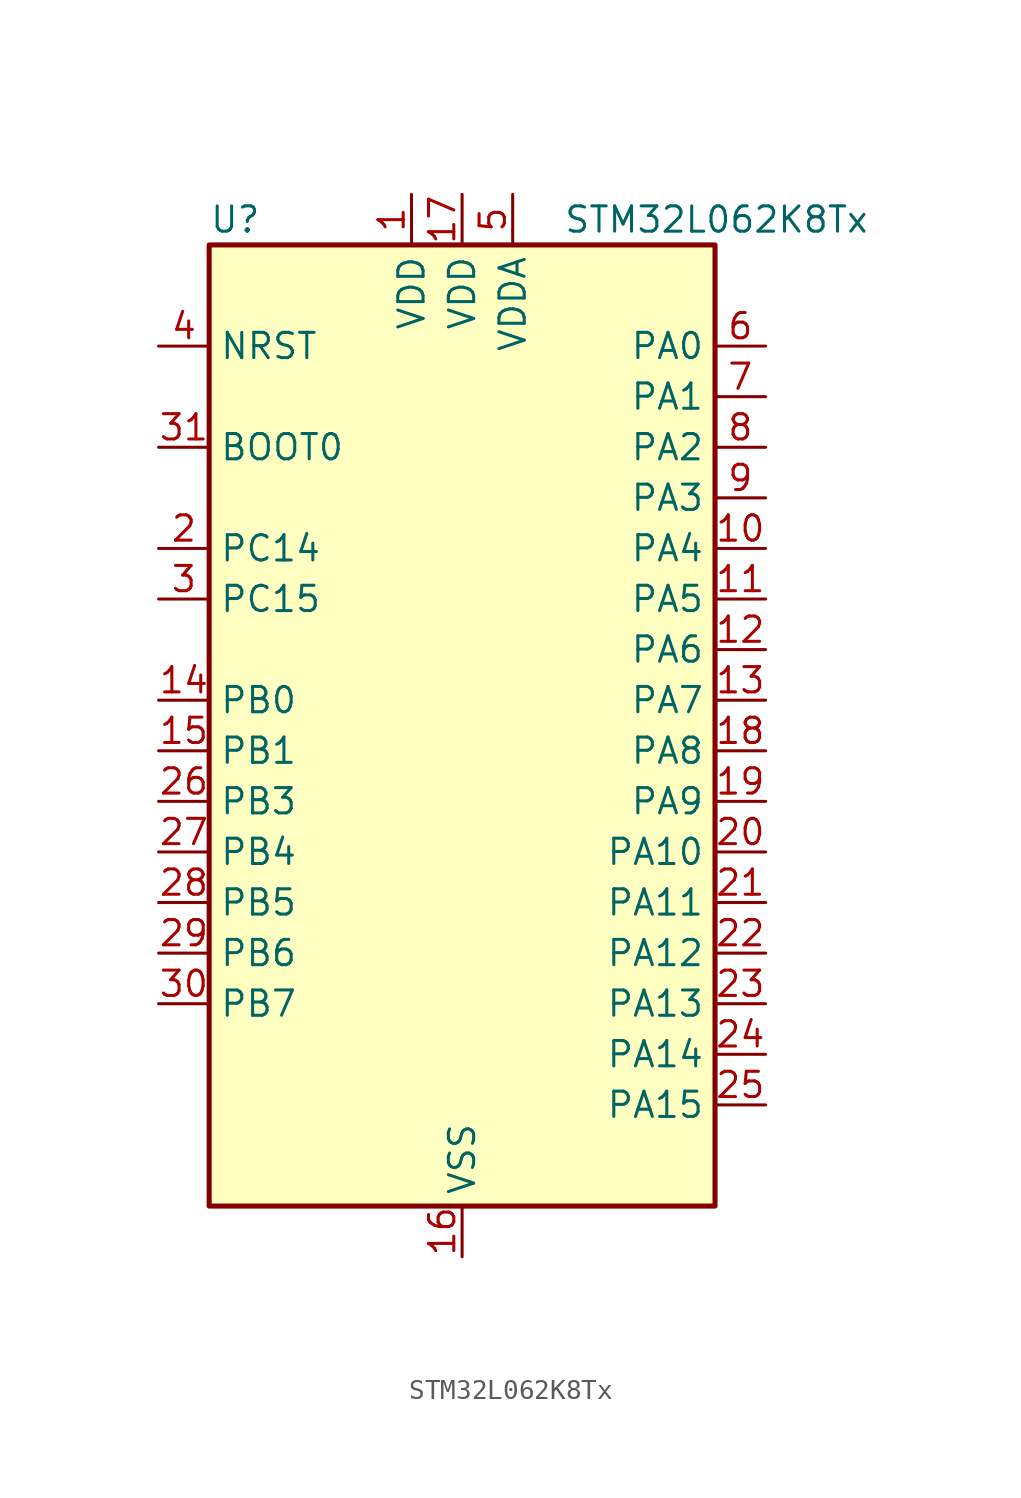
<source format=kicad_sym>
(kicad_symbol_lib
  (version 20241209)
  (generator "kicad_symbol_editor")
  (generator_version "9.0")
  (symbol "STM32L062K8Tx"
    (property "Reference" "U"
      (at -12.7 26.67 0)
      (effects (font (size 1.27 1.27)) (justify left)))
    (property "Value" "STM32L062K8Tx"
      (at 5.08 26.67 0)
      (effects (font (size 1.27 1.27)) (justify left)))
    (symbol "STM32L062K8Tx_0_1"
      (rectangle (start -12.7 -22.86) (end 12.7 25.4) (stroke (width 0.254) (type default)) (fill (type background))))
    (symbol "STM32L062K8Tx_1_1"
      (pin input line (at -15.24 20.32 0) (length 2.54) (name "NRST" (effects (font (size 1.27 1.27)))) (number "4" (effects (font (size 1.27 1.27)))))
      (pin input line (at -15.24 15.24 0) (length 2.54) (name "BOOT0" (effects (font (size 1.27 1.27)))) (number "31" (effects (font (size 1.27 1.27)))))
      (pin bidirectional line (at -15.24 10.16 0) (length 2.54) (name "PC14" (effects (font (size 1.27 1.27)))) (number "2" (effects (font (size 1.27 1.27)))) (alternate "RCC_OSC32_IN" bidirectional line))
      (pin bidirectional line (at -15.24 7.62 0) (length 2.54) (name "PC15" (effects (font (size 1.27 1.27)))) (number "3" (effects (font (size 1.27 1.27)))) (alternate "RCC_OSC32_OUT" bidirectional line))
      (pin bidirectional line (at -15.24 2.54 0) (length 2.54) (name "PB0" (effects (font (size 1.27 1.27)))) (number "14" (effects (font (size 1.27 1.27)))) (alternate "ADC_IN8" bidirectional line) (alternate "SYS_VREF_OUT_PB0" bidirectional line) (alternate "TSC_G3_IO2" bidirectional line))
      (pin bidirectional line (at -15.24 0 0) (length 2.54) (name "PB1" (effects (font (size 1.27 1.27)))) (number "15" (effects (font (size 1.27 1.27)))) (alternate "ADC_IN9" bidirectional line) (alternate "SYS_VREF_OUT_PB1" bidirectional line) (alternate "TSC_G3_IO3" bidirectional line))
      (pin bidirectional line (at -15.24 -2.54 0) (length 2.54) (name "PB3" (effects (font (size 1.27 1.27)))) (number "26" (effects (font (size 1.27 1.27)))) (alternate "COMP2_INM" bidirectional line) (alternate "SPI1_SCK" bidirectional line) (alternate "TIM2_CH2" bidirectional line) (alternate "TSC_G5_IO1" bidirectional line))
      (pin bidirectional line (at -15.24 -5.08 0) (length 2.54) (name "PB4" (effects (font (size 1.27 1.27)))) (number "27" (effects (font (size 1.27 1.27)))) (alternate "COMP2_INP" bidirectional line) (alternate "SPI1_MISO" bidirectional line) (alternate "TIM22_CH1" bidirectional line) (alternate "TSC_G5_IO2" bidirectional line))
      (pin bidirectional line (at -15.24 -7.62 0) (length 2.54) (name "PB5" (effects (font (size 1.27 1.27)))) (number "28" (effects (font (size 1.27 1.27)))) (alternate "COMP2_INP" bidirectional line) (alternate "I2C1_SMBA" bidirectional line) (alternate "LPTIM1_IN1" bidirectional line) (alternate "SPI1_MOSI" bidirectional line) (alternate "TIM22_CH2" bidirectional line))
      (pin bidirectional line (at -15.24 -10.16 0) (length 2.54) (name "PB6" (effects (font (size 1.27 1.27)))) (number "29" (effects (font (size 1.27 1.27)))) (alternate "COMP2_INP" bidirectional line) (alternate "I2C1_SCL" bidirectional line) (alternate "LPTIM1_ETR" bidirectional line) (alternate "TSC_G5_IO3" bidirectional line) (alternate "USART1_TX" bidirectional line))
      (pin bidirectional line (at -15.24 -12.7 0) (length 2.54) (name "PB7" (effects (font (size 1.27 1.27)))) (number "30" (effects (font (size 1.27 1.27)))) (alternate "COMP2_INP" bidirectional line) (alternate "I2C1_SDA" bidirectional line) (alternate "LPTIM1_IN2" bidirectional line) (alternate "SYS_PVD_IN" bidirectional line) (alternate "TSC_G5_IO4" bidirectional line) (alternate "USART1_RX" bidirectional line))
      (pin power_in line (at -2.54 27.94 270) (length 2.54) (name "VDD" (effects (font (size 1.27 1.27)))) (number "1" (effects (font (size 1.27 1.27)))))
      (pin power_in line (at 0 27.94 270) (length 2.54) (name "VDD" (effects (font (size 1.27 1.27)))) (number "17" (effects (font (size 1.27 1.27)))))
      (pin power_in line (at 0 -25.4 90) (length 2.54) (name "VSS" (effects (font (size 1.27 1.27)))) (number "16" (effects (font (size 1.27 1.27)))))
      (pin passive line (at 0 -25.4 90) (length 2.54) (hide yes) (name "VSS" (effects (font (size 1.27 1.27)))) (number "32" (effects (font (size 1.27 1.27)))))
      (pin power_in line (at 2.54 27.94 270) (length 2.54) (name "VDDA" (effects (font (size 1.27 1.27)))) (number "5" (effects (font (size 1.27 1.27)))))
      (pin bidirectional line (at 15.24 20.32 180) (length 2.54) (name "PA0" (effects (font (size 1.27 1.27)))) (number "6" (effects (font (size 1.27 1.27)))) (alternate "ADC_IN0" bidirectional line) (alternate "COMP1_INM" bidirectional line) (alternate "COMP1_OUT" bidirectional line) (alternate "RTC_TAMP2" bidirectional line) (alternate "SYS_WKUP1" bidirectional line) (alternate "TIM2_CH1" bidirectional line) (alternate "TIM2_ETR" bidirectional line) (alternate "TSC_G1_IO1" bidirectional line) (alternate "USART2_CTS" bidirectional line))
      (pin bidirectional line (at 15.24 17.78 180) (length 2.54) (name "PA1" (effects (font (size 1.27 1.27)))) (number "7" (effects (font (size 1.27 1.27)))) (alternate "ADC_IN1" bidirectional line) (alternate "COMP1_INP" bidirectional line) (alternate "TIM21_ETR" bidirectional line) (alternate "TIM2_CH2" bidirectional line) (alternate "TSC_G1_IO2" bidirectional line) (alternate "USART2_DE" bidirectional line) (alternate "USART2_RTS" bidirectional line))
      (pin bidirectional line (at 15.24 15.24 180) (length 2.54) (name "PA2" (effects (font (size 1.27 1.27)))) (number "8" (effects (font (size 1.27 1.27)))) (alternate "ADC_IN2" bidirectional line) (alternate "COMP2_INM" bidirectional line) (alternate "COMP2_OUT" bidirectional line) (alternate "TIM21_CH1" bidirectional line) (alternate "TIM2_CH3" bidirectional line) (alternate "TSC_G1_IO3" bidirectional line) (alternate "USART2_TX" bidirectional line))
      (pin bidirectional line (at 15.24 12.7 180) (length 2.54) (name "PA3" (effects (font (size 1.27 1.27)))) (number "9" (effects (font (size 1.27 1.27)))) (alternate "ADC_IN3" bidirectional line) (alternate "COMP2_INP" bidirectional line) (alternate "TIM21_CH2" bidirectional line) (alternate "TIM2_CH4" bidirectional line) (alternate "TSC_G1_IO4" bidirectional line) (alternate "USART2_RX" bidirectional line))
      (pin bidirectional line (at 15.24 10.16 180) (length 2.54) (name "PA4" (effects (font (size 1.27 1.27)))) (number "10" (effects (font (size 1.27 1.27)))) (alternate "ADC_IN4" bidirectional line) (alternate "COMP1_INM" bidirectional line) (alternate "COMP2_INM" bidirectional line) (alternate "DAC_OUT1" bidirectional line) (alternate "SPI1_NSS" bidirectional line) (alternate "TIM22_ETR" bidirectional line) (alternate "TSC_G2_IO1" bidirectional line) (alternate "USART2_CK" bidirectional line))
      (pin bidirectional line (at 15.24 7.62 180) (length 2.54) (name "PA5" (effects (font (size 1.27 1.27)))) (number "11" (effects (font (size 1.27 1.27)))) (alternate "ADC_IN5" bidirectional line) (alternate "COMP1_INM" bidirectional line) (alternate "COMP2_INM" bidirectional line) (alternate "SPI1_SCK" bidirectional line) (alternate "TIM2_CH1" bidirectional line) (alternate "TIM2_ETR" bidirectional line) (alternate "TSC_G2_IO2" bidirectional line))
      (pin bidirectional line (at 15.24 5.08 180) (length 2.54) (name "PA6" (effects (font (size 1.27 1.27)))) (number "12" (effects (font (size 1.27 1.27)))) (alternate "ADC_IN6" bidirectional line) (alternate "COMP1_OUT" bidirectional line) (alternate "SPI1_MISO" bidirectional line) (alternate "TIM22_CH1" bidirectional line) (alternate "TSC_G2_IO3" bidirectional line))
      (pin bidirectional line (at 15.24 2.54 180) (length 2.54) (name "PA7" (effects (font (size 1.27 1.27)))) (number "13" (effects (font (size 1.27 1.27)))) (alternate "ADC_IN7" bidirectional line) (alternate "COMP2_OUT" bidirectional line) (alternate "SPI1_MOSI" bidirectional line) (alternate "TIM22_CH2" bidirectional line) (alternate "TSC_G2_IO4" bidirectional line))
      (pin bidirectional line (at 15.24 0 180) (length 2.54) (name "PA8" (effects (font (size 1.27 1.27)))) (number "18" (effects (font (size 1.27 1.27)))) (alternate "CRS_SYNC" bidirectional line) (alternate "RCC_MCO" bidirectional line) (alternate "USART1_CK" bidirectional line))
      (pin bidirectional line (at 15.24 -2.54 180) (length 2.54) (name "PA9" (effects (font (size 1.27 1.27)))) (number "19" (effects (font (size 1.27 1.27)))) (alternate "DAC_EXTI9" bidirectional line) (alternate "RCC_MCO" bidirectional line) (alternate "TSC_G4_IO1" bidirectional line) (alternate "USART1_TX" bidirectional line))
      (pin bidirectional line (at 15.24 -5.08 180) (length 2.54) (name "PA10" (effects (font (size 1.27 1.27)))) (number "20" (effects (font (size 1.27 1.27)))) (alternate "TSC_G4_IO2" bidirectional line) (alternate "USART1_RX" bidirectional line))
      (pin bidirectional line (at 15.24 -7.62 180) (length 2.54) (name "PA11" (effects (font (size 1.27 1.27)))) (number "21" (effects (font (size 1.27 1.27)))) (alternate "ADC_EXTI11" bidirectional line) (alternate "COMP1_OUT" bidirectional line) (alternate "SPI1_MISO" bidirectional line) (alternate "TSC_G4_IO3" bidirectional line) (alternate "USART1_CTS" bidirectional line) (alternate "USB_DM" bidirectional line))
      (pin bidirectional line (at 15.24 -10.16 180) (length 2.54) (name "PA12" (effects (font (size 1.27 1.27)))) (number "22" (effects (font (size 1.27 1.27)))) (alternate "COMP2_OUT" bidirectional line) (alternate "SPI1_MOSI" bidirectional line) (alternate "TSC_G4_IO4" bidirectional line) (alternate "USART1_DE" bidirectional line) (alternate "USART1_RTS" bidirectional line) (alternate "USB_DP" bidirectional line))
      (pin bidirectional line (at 15.24 -12.7 180) (length 2.54) (name "PA13" (effects (font (size 1.27 1.27)))) (number "23" (effects (font (size 1.27 1.27)))) (alternate "SYS_SWDIO" bidirectional line) (alternate "USB_NOE" bidirectional line))
      (pin bidirectional line (at 15.24 -15.24 180) (length 2.54) (name "PA14" (effects (font (size 1.27 1.27)))) (number "24" (effects (font (size 1.27 1.27)))) (alternate "SYS_SWCLK" bidirectional line) (alternate "USART2_TX" bidirectional line))
      (pin bidirectional line (at 15.24 -17.78 180) (length 2.54) (name "PA15" (effects (font (size 1.27 1.27)))) (number "25" (effects (font (size 1.27 1.27)))) (alternate "SPI1_NSS" bidirectional line) (alternate "TIM2_CH1" bidirectional line) (alternate "TIM2_ETR" bidirectional line) (alternate "USART2_RX" bidirectional line)))))
</source>
